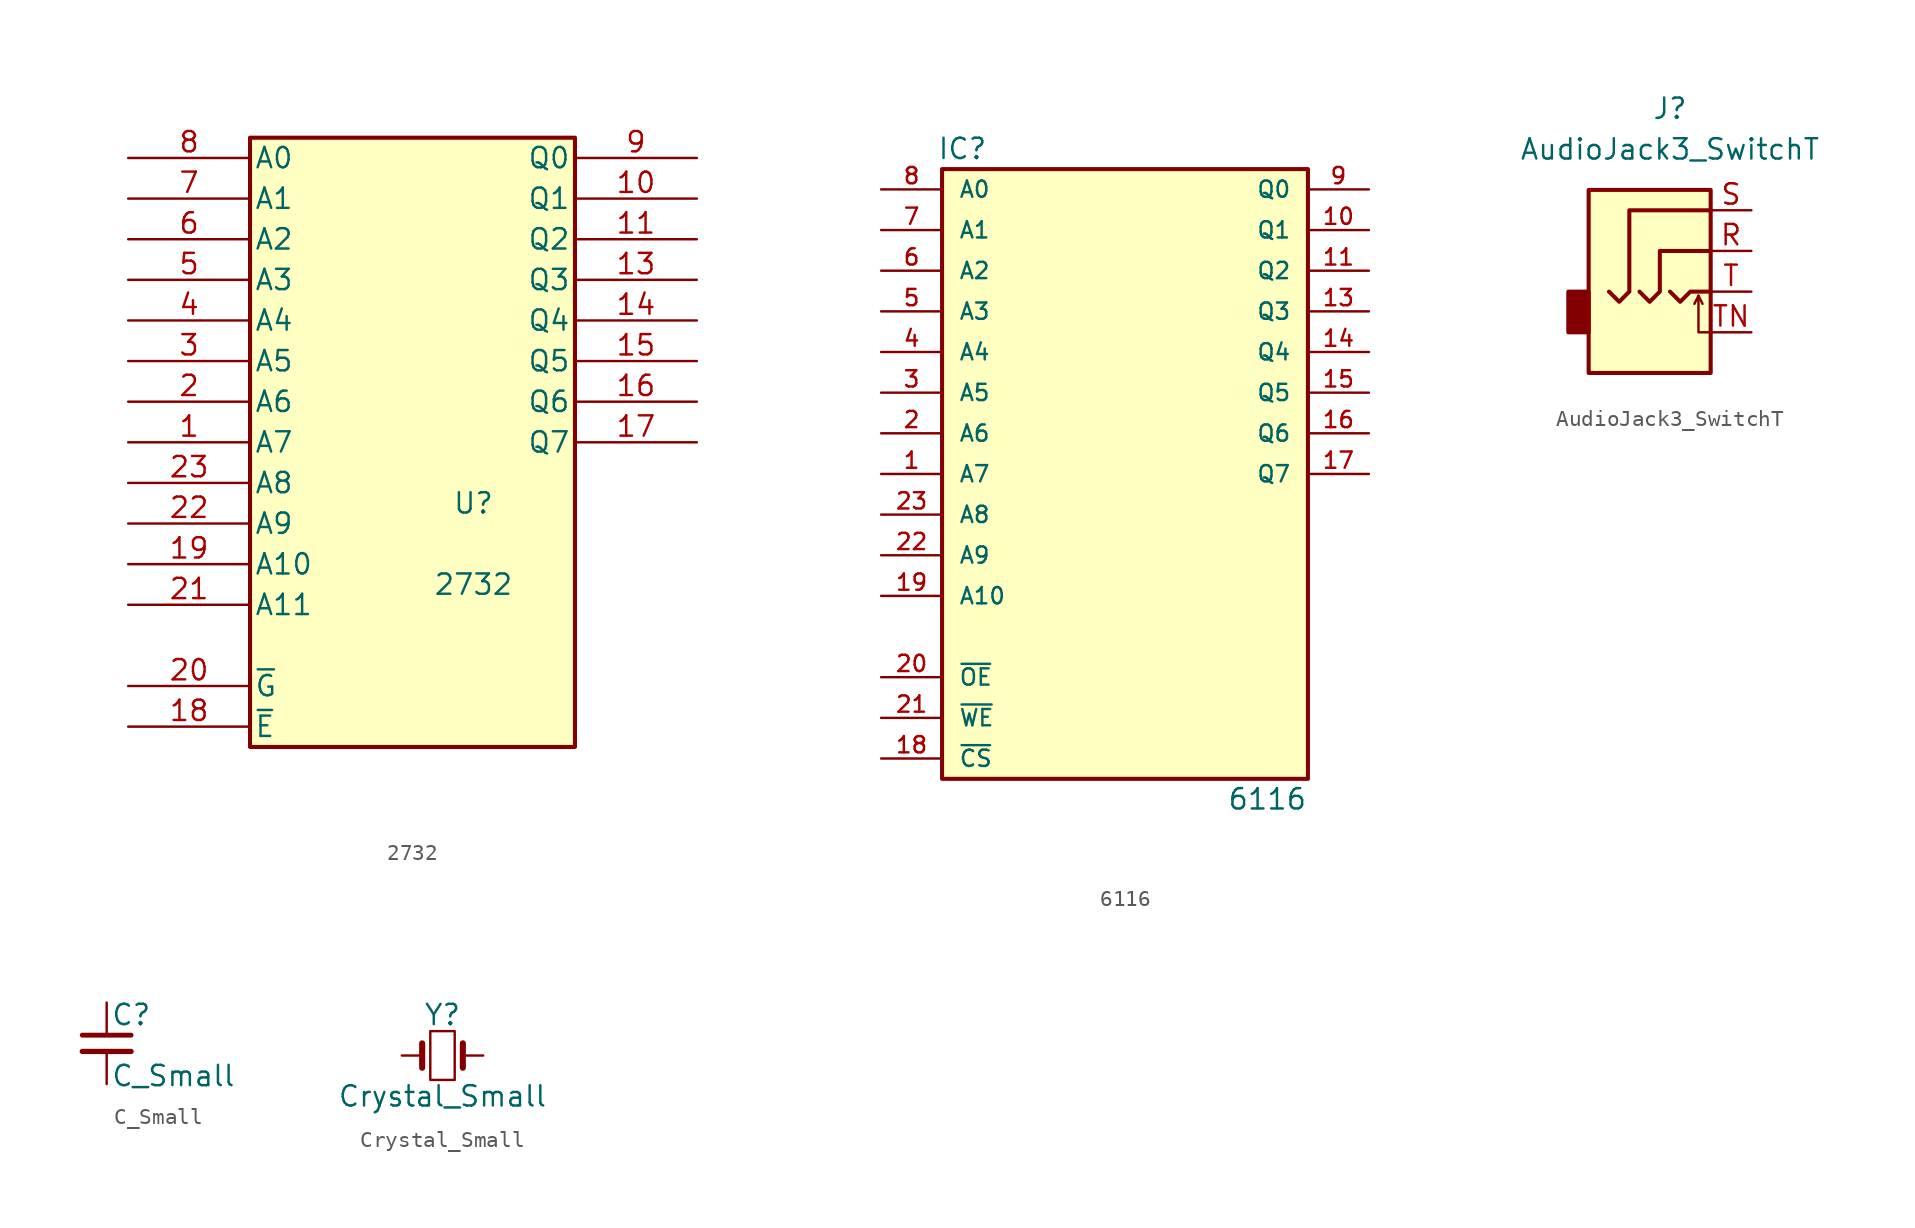
<source format=kicad_sym>
(kicad_symbol_lib
  (version 20211014)
  (generator kicad_symbol_editor)
  (symbol "2732"
    (pin_names
      (offset 0.254))
    (property "Reference" "U"
      (at 3.81 -3.81 0)
      (effects (font (size 1.27 1.27))))
    (property "Value" "2732"
      (at 3.81 -8.89 0)
      (effects (font (size 1.27 1.27))))
    (property "Footprint" ""
      (at 0 0 0)
      (effects (font (size 1.27 1.27))))
    (property "Datasheet" ""
      (at 0 0 0)
      (effects (font (size 1.27 1.27))))
    (symbol "2732_0_0"
      (pin power_in line (at 0 -20.32 90) (length 1.27) hide (name "GND" (effects (font (size 1.27 1.27)))) (number "12" (effects (font (size 1.27 1.27)))))
      (pin power_in line (at 0 19.05 270) (length 0) hide (name "VCC" (effects (font (size 1.27 1.27)))) (number "24" (effects (font (size 1.27 1.27))))))
    (symbol "2732_0_1"
      (rectangle (start -10.16 19.05) (end 10.16 -19.05) (stroke (width 0.254) (type default) (color 0 0 0 0)) (fill (type background))))
    (symbol "2732_1_1"
      (pin input line (at -17.78 0 0) (length 7.62) (name "A7" (effects (font (size 1.27 1.27)))) (number "1" (effects (font (size 1.27 1.27)))))
      (pin tri_state line (at 17.78 15.24 180) (length 7.62) (name "Q1" (effects (font (size 1.27 1.27)))) (number "10" (effects (font (size 1.27 1.27)))))
      (pin tri_state line (at 17.78 12.7 180) (length 7.62) (name "Q2" (effects (font (size 1.27 1.27)))) (number "11" (effects (font (size 1.27 1.27)))))
      (pin tri_state line (at 17.78 10.16 180) (length 7.62) (name "Q3" (effects (font (size 1.27 1.27)))) (number "13" (effects (font (size 1.27 1.27)))))
      (pin tri_state line (at 17.78 7.62 180) (length 7.62) (name "Q4" (effects (font (size 1.27 1.27)))) (number "14" (effects (font (size 1.27 1.27)))))
      (pin tri_state line (at 17.78 5.08 180) (length 7.62) (name "Q5" (effects (font (size 1.27 1.27)))) (number "15" (effects (font (size 1.27 1.27)))))
      (pin tri_state line (at 17.78 2.54 180) (length 7.62) (name "Q6" (effects (font (size 1.27 1.27)))) (number "16" (effects (font (size 1.27 1.27)))))
      (pin tri_state line (at 17.78 0 180) (length 7.62) (name "Q7" (effects (font (size 1.27 1.27)))) (number "17" (effects (font (size 1.27 1.27)))))
      (pin input line (at -17.78 -17.78 0) (length 7.62) (name "~{E}" (effects (font (size 1.27 1.27)))) (number "18" (effects (font (size 1.27 1.27)))))
      (pin input line (at -17.78 -7.62 0) (length 7.62) (name "A10" (effects (font (size 1.27 1.27)))) (number "19" (effects (font (size 1.27 1.27)))))
      (pin input line (at -17.78 2.54 0) (length 7.62) (name "A6" (effects (font (size 1.27 1.27)))) (number "2" (effects (font (size 1.27 1.27)))))
      (pin input line (at -17.78 -15.24 0) (length 7.62) (name "~{G}" (effects (font (size 1.27 1.27)))) (number "20" (effects (font (size 1.27 1.27)))))
      (pin input line (at -17.78 -10.16 0) (length 7.62) (name "A11" (effects (font (size 1.27 1.27)))) (number "21" (effects (font (size 1.27 1.27)))))
      (pin input line (at -17.78 -5.08 0) (length 7.62) (name "A9" (effects (font (size 1.27 1.27)))) (number "22" (effects (font (size 1.27 1.27)))))
      (pin input line (at -17.78 -2.54 0) (length 7.62) (name "A8" (effects (font (size 1.27 1.27)))) (number "23" (effects (font (size 1.27 1.27)))))
      (pin input line (at -17.78 5.08 0) (length 7.62) (name "A5" (effects (font (size 1.27 1.27)))) (number "3" (effects (font (size 1.27 1.27)))))
      (pin input line (at -17.78 7.62 0) (length 7.62) (name "A4" (effects (font (size 1.27 1.27)))) (number "4" (effects (font (size 1.27 1.27)))))
      (pin input line (at -17.78 10.16 0) (length 7.62) (name "A3" (effects (font (size 1.27 1.27)))) (number "5" (effects (font (size 1.27 1.27)))))
      (pin input line (at -17.78 12.7 0) (length 7.62) (name "A2" (effects (font (size 1.27 1.27)))) (number "6" (effects (font (size 1.27 1.27)))))
      (pin input line (at -17.78 15.24 0) (length 7.62) (name "A1" (effects (font (size 1.27 1.27)))) (number "7" (effects (font (size 1.27 1.27)))))
      (pin input line (at -17.78 17.78 0) (length 7.62) (name "A0" (effects (font (size 1.27 1.27)))) (number "8" (effects (font (size 1.27 1.27)))))
      (pin tri_state line (at 17.78 17.78 180) (length 7.62) (name "Q0" (effects (font (size 1.27 1.27)))) (number "9" (effects (font (size 1.27 1.27)))))))
  (symbol "6116"
    (pin_names
      (offset 1.016))
    (property "Reference" "IC"
      (at -10.16 20.32 0)
      (effects (font (size 1.27 1.27))))
    (property "Value" "6116"
      (at 8.89 -20.32 0)
      (effects (font (size 1.27 1.27))))
    (property "Footprint" ""
      (at 0 0 0)
      (effects (font (size 1.27 1.27))))
    (property "Datasheet" ""
      (at 0 0 0)
      (effects (font (size 1.27 1.27))))
    (symbol "6116_0_0"
      (pin power_in line (at 0 -19.05 90) (length 0) hide (name "GND" (effects (font (size 1.016 1.016)))) (number "12" (effects (font (size 1.016 1.016)))))
      (pin power_in line (at 0 19.05 270) (length 0) hide (name "VCC" (effects (font (size 1.016 1.016)))) (number "24" (effects (font (size 1.016 1.016))))))
    (symbol "6116_0_1"
      (rectangle (start -11.43 19.05) (end 11.43 -19.05) (stroke (width 0.254) (type default) (color 0 0 0 0)) (fill (type background))))
    (symbol "6116_1_1"
      (pin input line (at -15.24 0 0) (length 3.81) (name "A7" (effects (font (size 1.016 1.016)))) (number "1" (effects (font (size 1.016 1.016)))))
      (pin tri_state line (at 15.24 15.24 180) (length 3.81) (name "Q1" (effects (font (size 1.016 1.016)))) (number "10" (effects (font (size 1.016 1.016)))))
      (pin tri_state line (at 15.24 12.7 180) (length 3.81) (name "Q2" (effects (font (size 1.016 1.016)))) (number "11" (effects (font (size 1.016 1.016)))))
      (pin tri_state line (at 15.24 10.16 180) (length 3.81) (name "Q3" (effects (font (size 1.016 1.016)))) (number "13" (effects (font (size 1.016 1.016)))))
      (pin tri_state line (at 15.24 7.62 180) (length 3.81) (name "Q4" (effects (font (size 1.016 1.016)))) (number "14" (effects (font (size 1.016 1.016)))))
      (pin tri_state line (at 15.24 5.08 180) (length 3.81) (name "Q5" (effects (font (size 1.016 1.016)))) (number "15" (effects (font (size 1.016 1.016)))))
      (pin tri_state line (at 15.24 2.54 180) (length 3.81) (name "Q6" (effects (font (size 1.016 1.016)))) (number "16" (effects (font (size 1.016 1.016)))))
      (pin tri_state line (at 15.24 0 180) (length 3.81) (name "Q7" (effects (font (size 1.016 1.016)))) (number "17" (effects (font (size 1.016 1.016)))))
      (pin input line (at -15.24 -17.78 0) (length 3.81) (name "~{CS}" (effects (font (size 1.016 1.016)))) (number "18" (effects (font (size 1.016 1.016)))))
      (pin input line (at -15.24 -7.62 0) (length 3.81) (name "A10" (effects (font (size 1.016 1.016)))) (number "19" (effects (font (size 1.016 1.016)))))
      (pin input line (at -15.24 2.54 0) (length 3.81) (name "A6" (effects (font (size 1.016 1.016)))) (number "2" (effects (font (size 1.016 1.016)))))
      (pin input line (at -15.24 -12.7 0) (length 3.81) (name "~{OE}" (effects (font (size 1.016 1.016)))) (number "20" (effects (font (size 1.016 1.016)))))
      (pin input line (at -15.24 -15.24 0) (length 3.81) (name "~{WE}" (effects (font (size 1.016 1.016)))) (number "21" (effects (font (size 1.016 1.016)))))
      (pin input line (at -15.24 -5.08 0) (length 3.81) (name "A9" (effects (font (size 1.016 1.016)))) (number "22" (effects (font (size 1.016 1.016)))))
      (pin input line (at -15.24 -2.54 0) (length 3.81) (name "A8" (effects (font (size 1.016 1.016)))) (number "23" (effects (font (size 1.016 1.016)))))
      (pin input line (at -15.24 5.08 0) (length 3.81) (name "A5" (effects (font (size 1.016 1.016)))) (number "3" (effects (font (size 1.016 1.016)))))
      (pin input line (at -15.24 7.62 0) (length 3.81) (name "A4" (effects (font (size 1.016 1.016)))) (number "4" (effects (font (size 1.016 1.016)))))
      (pin input line (at -15.24 10.16 0) (length 3.81) (name "A3" (effects (font (size 1.016 1.016)))) (number "5" (effects (font (size 1.016 1.016)))))
      (pin input line (at -15.24 12.7 0) (length 3.81) (name "A2" (effects (font (size 1.016 1.016)))) (number "6" (effects (font (size 1.016 1.016)))))
      (pin input line (at -15.24 15.24 0) (length 3.81) (name "A1" (effects (font (size 1.016 1.016)))) (number "7" (effects (font (size 1.016 1.016)))))
      (pin input line (at -15.24 17.78 0) (length 3.81) (name "A0" (effects (font (size 1.016 1.016)))) (number "8" (effects (font (size 1.016 1.016)))))
      (pin tri_state line (at 15.24 17.78 180) (length 3.81) (name "Q0" (effects (font (size 1.016 1.016)))) (number "9" (effects (font (size 1.016 1.016)))))))
  (symbol "AudioJack3_SwitchT"
    (property "Reference" "J"
      (at 0 8.89 0)
      (effects (font (size 1.27 1.27))))
    (property "Value" "AudioJack3_SwitchT"
      (at 0 6.35 0)
      (effects (font (size 1.27 1.27))))
    (symbol "AudioJack3_SwitchT_0_1"
      (rectangle (start -5.08 -2.54) (end -6.35 -5.08) (stroke (width 0.254) (type default) (color 0 0 0 0)) (fill (type outline)))
      (polyline (pts (xy 1.778 -2.794) (xy 2.032 -3.302)) (stroke (width 0) (type default) (color 0 0 0 0)) (fill (type none)))
      (polyline (pts (xy 0 -2.54) (xy 0.635 -3.175) (xy 1.27 -2.54) (xy 2.54 -2.54)) (stroke (width 0.254) (type default) (color 0 0 0 0)) (fill (type none)))
      (polyline (pts (xy 2.54 -5.08) (xy 1.778 -5.08) (xy 1.778 -2.794) (xy 1.524 -3.302)) (stroke (width 0) (type default) (color 0 0 0 0)) (fill (type none)))
      (polyline (pts (xy -1.905 -2.54) (xy -1.27 -3.175) (xy -0.635 -2.54) (xy -0.635 0) (xy 2.54 0)) (stroke (width 0.254) (type default) (color 0 0 0 0)) (fill (type none)))
      (polyline (pts (xy 2.54 2.54) (xy -2.54 2.54) (xy -2.54 -2.54) (xy -3.175 -3.175) (xy -3.81 -2.54)) (stroke (width 0.254) (type default) (color 0 0 0 0)) (fill (type none)))
      (rectangle (start 2.54 3.81) (end -5.08 -7.62) (stroke (width 0.254) (type default) (color 0 0 0 0)) (fill (type background))))
    (symbol "AudioJack3_SwitchT_1_1"
      (pin passive line (at 5.08 0 180) (length 2.54) (name "~" (effects (font (size 1.27 1.27)))) (number "R" (effects (font (size 1.27 1.27)))))
      (pin passive line (at 5.08 2.54 180) (length 2.54) (name "~" (effects (font (size 1.27 1.27)))) (number "S" (effects (font (size 1.27 1.27)))))
      (pin passive line (at 5.08 -2.54 180) (length 2.54) (name "~" (effects (font (size 1.27 1.27)))) (number "T" (effects (font (size 1.27 1.27)))))
      (pin passive line (at 5.08 -5.08 180) (length 2.54) (name "~" (effects (font (size 1.27 1.27)))) (number "TN" (effects (font (size 1.27 1.27)))))))
  (symbol "C_Small"
    (pin_numbers hide)
    (pin_names
      (offset 0.254) hide)
    (property "Reference" "C"
      (at 0.254 1.778 0)
      (effects (font (size 1.27 1.27)) (justify left)))
    (property "Value" "C_Small"
      (at 0.254 -2.032 0)
      (effects (font (size 1.27 1.27)) (justify left)))
    (property "Footprint" ""
      (at 0 0 0)
      (effects (font (size 1.27 1.27))))
    (property "Datasheet" ""
      (at 0 0 0)
      (effects (font (size 1.27 1.27))))
    (symbol "C_Small_0_1"
      (polyline (pts (xy -1.524 -0.508) (xy 1.524 -0.508)) (stroke (width 0.33) (type default) (color 0 0 0 0)) (fill (type none)))
      (polyline (pts (xy -1.524 0.508) (xy 1.524 0.508)) (stroke (width 0.305) (type default) (color 0 0 0 0)) (fill (type none))))
    (symbol "C_Small_1_1"
      (pin passive line (at 0 2.54 270) (length 2.032) (name "~" (effects (font (size 1.27 1.27)))) (number "1" (effects (font (size 1.27 1.27)))))
      (pin passive line (at 0 -2.54 90) (length 2.032) (name "~" (effects (font (size 1.27 1.27)))) (number "2" (effects (font (size 1.27 1.27)))))))
  (symbol "Crystal_Small"
    (pin_numbers hide)
    (pin_names
      (offset 1.016) hide)
    (property "Reference" "Y"
      (at 0 2.54 0)
      (effects (font (size 1.27 1.27))))
    (property "Value" "Crystal_Small"
      (at 0 -2.54 0)
      (effects (font (size 1.27 1.27))))
    (property "Footprint" ""
      (at 0 0 0)
      (effects (font (size 1.27 1.27))))
    (property "Datasheet" ""
      (at 0 0 0)
      (effects (font (size 1.27 1.27))))
    (symbol "Crystal_Small_0_1"
      (rectangle (start -0.762 -1.524) (end 0.762 1.524) (stroke (width 0) (type default) (color 0 0 0 0)) (fill (type none)))
      (polyline (pts (xy -1.27 -0.762) (xy -1.27 0.762)) (stroke (width 0.381) (type default) (color 0 0 0 0)) (fill (type none)))
      (polyline (pts (xy 1.27 -0.762) (xy 1.27 0.762)) (stroke (width 0.381) (type default) (color 0 0 0 0)) (fill (type none))))
    (symbol "Crystal_Small_1_1"
      (pin passive line (at -2.54 0 0) (length 1.27) (name "1" (effects (font (size 1.27 1.27)))) (number "1" (effects (font (size 1.27 1.27)))))
      (pin passive line (at 2.54 0 180) (length 1.27) (name "2" (effects (font (size 1.27 1.27)))) (number "2" (effects (font (size 1.27 1.27))))))))
</source>
